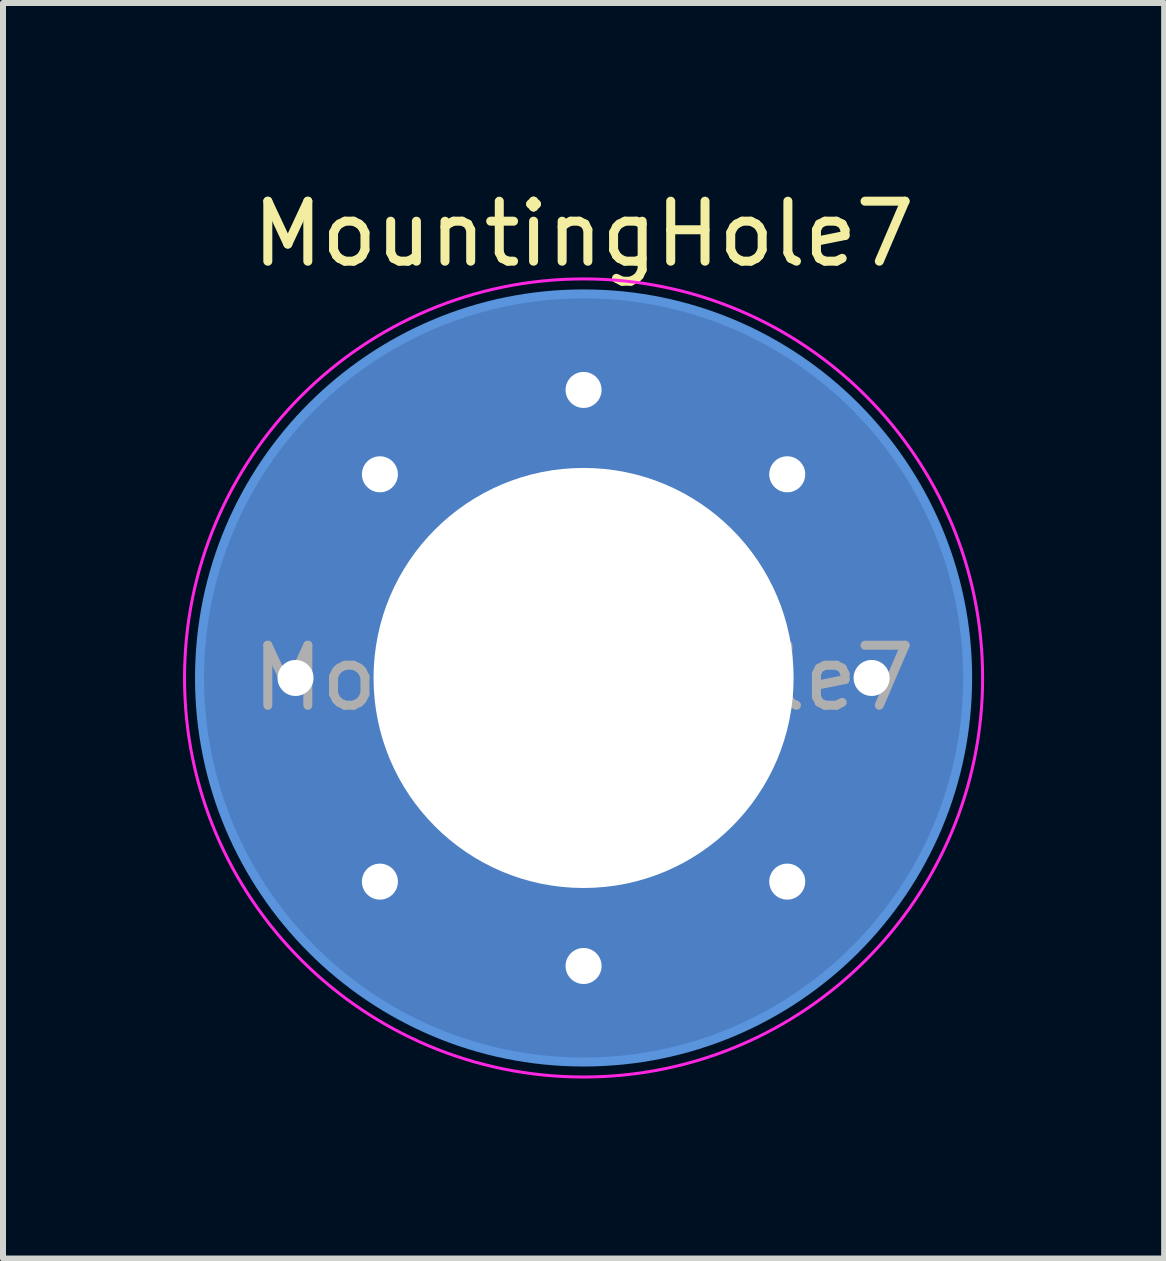
<source format=kicad_pcb>
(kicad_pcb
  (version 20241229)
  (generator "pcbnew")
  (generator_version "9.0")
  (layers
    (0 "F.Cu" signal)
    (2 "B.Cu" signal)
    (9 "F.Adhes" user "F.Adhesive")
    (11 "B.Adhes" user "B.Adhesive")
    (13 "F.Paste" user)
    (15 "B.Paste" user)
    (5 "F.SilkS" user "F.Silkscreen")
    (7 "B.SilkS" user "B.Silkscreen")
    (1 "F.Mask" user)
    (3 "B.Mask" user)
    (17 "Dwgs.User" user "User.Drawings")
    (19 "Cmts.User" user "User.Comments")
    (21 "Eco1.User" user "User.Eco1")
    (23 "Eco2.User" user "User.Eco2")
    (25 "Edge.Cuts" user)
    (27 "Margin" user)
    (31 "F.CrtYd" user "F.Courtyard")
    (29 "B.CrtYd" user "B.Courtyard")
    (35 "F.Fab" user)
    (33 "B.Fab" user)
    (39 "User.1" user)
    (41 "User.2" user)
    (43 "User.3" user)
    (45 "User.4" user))
  (footprint "MountingHole7"
    (layer "F.Cu")
    (at 6.675 8.248)
    (property "Reference" "MountingHole7" (at 0 -7.4 0) (layer "F.SilkS") (effects (font (size 1 1) (thickness 0.15))))
    (attr board_only exclude_from_pos_files exclude_from_bom)
    (fp_circle (center 0 0) (end 6.4 0) (stroke (width 0.15) (type solid)) (fill no) (layer "Cmts.User"))
    (fp_circle (center 0 0) (end 6.65 0) (stroke (width 0.05) (type solid)) (fill no) (layer "F.CrtYd"))
    (fp_text user "${REFERENCE}" (at 0 0 0) (layer "F.Fab") (effects (font (size 1 1) (thickness 0.15))))
    (pad "1" thru_hole circle (at -4.8 0) (size 0.9 0.9) (drill 0.6) (layers "*.Cu" "*.Mask"))
    (pad "1" thru_hole circle (at -3.394 -3.394) (size 0.9 0.9) (drill 0.6) (layers "*.Cu" "*.Mask"))
    (pad "1" thru_hole circle (at -3.394 3.394) (size 0.9 0.9) (drill 0.6) (layers "*.Cu" "*.Mask"))
    (pad "1" thru_hole circle (at 0 -4.8) (size 0.9 0.9) (drill 0.6) (layers "*.Cu" "*.Mask"))
    (pad "1" thru_hole circle (at 0 0) (size 12.8 12.8) (drill 7) (layers "*.Cu" "*.Mask"))
    (pad "1" thru_hole circle (at 0 4.8) (size 0.9 0.9) (drill 0.6) (layers "*.Cu" "*.Mask"))
    (pad "1" thru_hole circle (at 3.394 -3.394) (size 0.9 0.9) (drill 0.6) (layers "*.Cu" "*.Mask"))
    (pad "1" thru_hole circle (at 3.394 3.394) (size 0.9 0.9) (drill 0.6) (layers "*.Cu" "*.Mask"))
    (pad "1" thru_hole circle (at 4.8 0) (size 0.9 0.9) (drill 0.6) (layers "*.Cu" "*.Mask")))
  (gr_rect
    (start -3 -3)
    (end 16.35 17.923)
    (stroke (width 0.1) (type default))
    (fill no)
    (layer "Edge.Cuts")))
</source>
